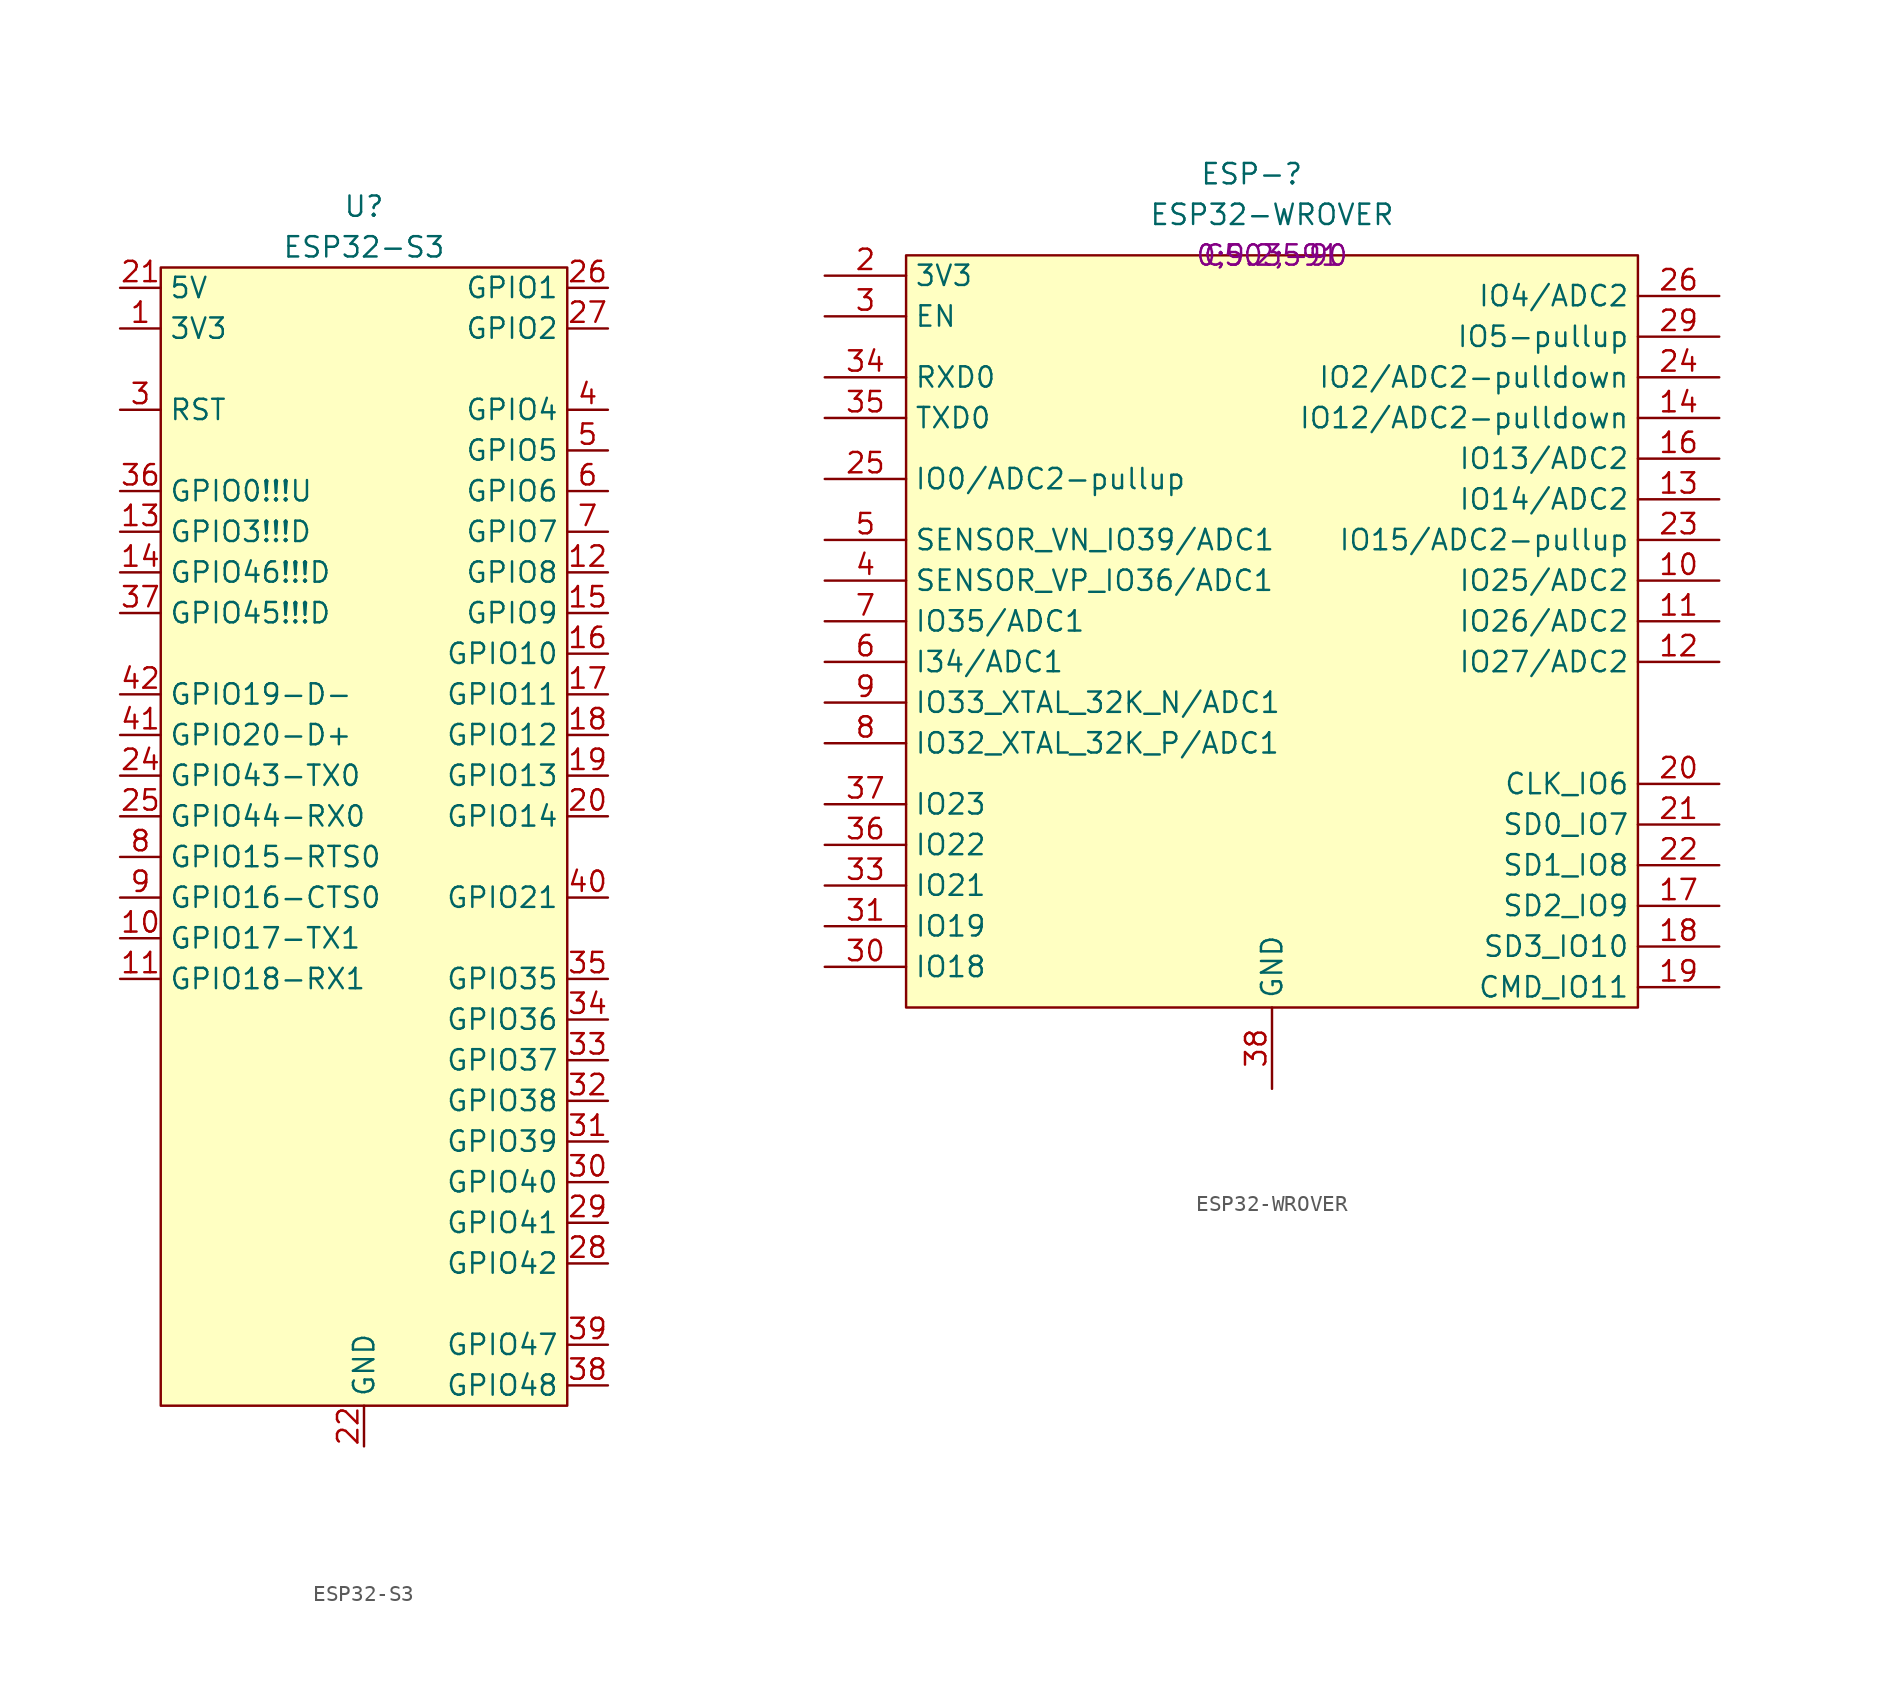
<source format=kicad_sym>
(kicad_symbol_lib
  (version 20220914)
  (generator kicad_symbol_editor)
  (symbol "ESP32-S3"
    (property "Reference" "U"
      (at 0 5.08 0)
      (effects (font (size 1.27 1.27))))
    (property "Value" "ESP32-S3"
      (at 0 2.54 0)
      (effects (font (size 1.27 1.27))))
    (symbol "ESP32-S3_0_1"
      (rectangle (start -12.7 1.27) (end 12.7 -69.85) (stroke (width 0) (type default)) (fill (type background))))
    (symbol "ESP32-S3_1_1"
      (pin power_in line (at -15.24 -2.54 0) (length 2.54) (name "3V3" (effects (font (size 1.27 1.27)))) (number "1" (effects (font (size 1.27 1.27)))))
      (pin bidirectional line (at -15.24 -40.64 0) (length 2.54) (name "GPIO17-TX1" (effects (font (size 1.27 1.27)))) (number "10" (effects (font (size 1.27 1.27)))))
      (pin bidirectional line (at -15.24 -43.18 0) (length 2.54) (name "GPIO18-RX1" (effects (font (size 1.27 1.27)))) (number "11" (effects (font (size 1.27 1.27)))))
      (pin bidirectional line (at 15.24 -17.78 180) (length 2.54) (name "GPIO8" (effects (font (size 1.27 1.27)))) (number "12" (effects (font (size 1.27 1.27)))))
      (pin bidirectional line (at -15.24 -15.24 0) (length 2.54) (name "GPIO3!!!D" (effects (font (size 1.27 1.27)))) (number "13" (effects (font (size 1.27 1.27)))))
      (pin bidirectional line (at -15.24 -17.78 0) (length 2.54) (name "GPIO46!!!D" (effects (font (size 1.27 1.27)))) (number "14" (effects (font (size 1.27 1.27)))))
      (pin bidirectional line (at 15.24 -20.32 180) (length 2.54) (name "GPIO9" (effects (font (size 1.27 1.27)))) (number "15" (effects (font (size 1.27 1.27)))))
      (pin bidirectional line (at 15.24 -22.86 180) (length 2.54) (name "GPIO10" (effects (font (size 1.27 1.27)))) (number "16" (effects (font (size 1.27 1.27)))))
      (pin bidirectional line (at 15.24 -25.4 180) (length 2.54) (name "GPIO11" (effects (font (size 1.27 1.27)))) (number "17" (effects (font (size 1.27 1.27)))))
      (pin bidirectional line (at 15.24 -27.94 180) (length 2.54) (name "GPIO12" (effects (font (size 1.27 1.27)))) (number "18" (effects (font (size 1.27 1.27)))))
      (pin bidirectional line (at 15.24 -30.48 180) (length 2.54) (name "GPIO13" (effects (font (size 1.27 1.27)))) (number "19" (effects (font (size 1.27 1.27)))))
      (pin input line (at -15.24 -2.54 0) (length 2.54) hide (name "3V3" (effects (font (size 1.27 1.27)))) (number "2" (effects (font (size 1.27 1.27)))))
      (pin bidirectional line (at 15.24 -33.02 180) (length 2.54) (name "GPIO14" (effects (font (size 1.27 1.27)))) (number "20" (effects (font (size 1.27 1.27)))))
      (pin power_in line (at -15.24 0 0) (length 2.54) (name "5V" (effects (font (size 1.27 1.27)))) (number "21" (effects (font (size 1.27 1.27)))))
      (pin bidirectional line (at 0 -72.39 90) (length 2.54) (name "GND" (effects (font (size 1.27 1.27)))) (number "22" (effects (font (size 1.27 1.27)))))
      (pin input line (at 0 -72.39 90) (length 2.54) hide (name "GND" (effects (font (size 1.27 1.27)))) (number "23" (effects (font (size 1.27 1.27)))))
      (pin bidirectional line (at -15.24 -30.48 0) (length 2.54) (name "GPIO43-TX0" (effects (font (size 1.27 1.27)))) (number "24" (effects (font (size 1.27 1.27)))))
      (pin bidirectional line (at -15.24 -33.02 0) (length 2.54) (name "GPIO44-RX0" (effects (font (size 1.27 1.27)))) (number "25" (effects (font (size 1.27 1.27)))))
      (pin bidirectional line (at 15.24 0 180) (length 2.54) (name "GPIO1" (effects (font (size 1.27 1.27)))) (number "26" (effects (font (size 1.27 1.27)))))
      (pin bidirectional line (at 15.24 -2.54 180) (length 2.54) (name "GPIO2" (effects (font (size 1.27 1.27)))) (number "27" (effects (font (size 1.27 1.27)))))
      (pin bidirectional line (at 15.24 -60.96 180) (length 2.54) (name "GPIO42" (effects (font (size 1.27 1.27)))) (number "28" (effects (font (size 1.27 1.27)))))
      (pin bidirectional line (at 15.24 -58.42 180) (length 2.54) (name "GPIO41" (effects (font (size 1.27 1.27)))) (number "29" (effects (font (size 1.27 1.27)))))
      (pin input line (at -15.24 -7.62 0) (length 2.54) (name "RST" (effects (font (size 1.27 1.27)))) (number "3" (effects (font (size 1.27 1.27)))))
      (pin bidirectional line (at 15.24 -55.88 180) (length 2.54) (name "GPIO40" (effects (font (size 1.27 1.27)))) (number "30" (effects (font (size 1.27 1.27)))))
      (pin bidirectional line (at 15.24 -53.34 180) (length 2.54) (name "GPIO39" (effects (font (size 1.27 1.27)))) (number "31" (effects (font (size 1.27 1.27)))))
      (pin bidirectional line (at 15.24 -50.8 180) (length 2.54) (name "GPIO38" (effects (font (size 1.27 1.27)))) (number "32" (effects (font (size 1.27 1.27)))))
      (pin bidirectional line (at 15.24 -48.26 180) (length 2.54) (name "GPIO37" (effects (font (size 1.27 1.27)))) (number "33" (effects (font (size 1.27 1.27)))))
      (pin bidirectional line (at 15.24 -45.72 180) (length 2.54) (name "GPIO36" (effects (font (size 1.27 1.27)))) (number "34" (effects (font (size 1.27 1.27)))))
      (pin bidirectional line (at 15.24 -43.18 180) (length 2.54) (name "GPIO35" (effects (font (size 1.27 1.27)))) (number "35" (effects (font (size 1.27 1.27)))))
      (pin bidirectional line (at -15.24 -12.7 0) (length 2.54) (name "GPIO0!!!U" (effects (font (size 1.27 1.27)))) (number "36" (effects (font (size 1.27 1.27)))))
      (pin bidirectional line (at -15.24 -20.32 0) (length 2.54) (name "GPIO45!!!D" (effects (font (size 1.27 1.27)))) (number "37" (effects (font (size 1.27 1.27)))))
      (pin bidirectional line (at 15.24 -68.58 180) (length 2.54) (name "GPIO48" (effects (font (size 1.27 1.27)))) (number "38" (effects (font (size 1.27 1.27)))))
      (pin bidirectional line (at 15.24 -66.04 180) (length 2.54) (name "GPIO47" (effects (font (size 1.27 1.27)))) (number "39" (effects (font (size 1.27 1.27)))))
      (pin bidirectional line (at 15.24 -7.62 180) (length 2.54) (name "GPIO4" (effects (font (size 1.27 1.27)))) (number "4" (effects (font (size 1.27 1.27)))))
      (pin bidirectional line (at 15.24 -38.1 180) (length 2.54) (name "GPIO21" (effects (font (size 1.27 1.27)))) (number "40" (effects (font (size 1.27 1.27)))))
      (pin bidirectional line (at -15.24 -27.94 0) (length 2.54) (name "GPIO20-D+" (effects (font (size 1.27 1.27)))) (number "41" (effects (font (size 1.27 1.27)))))
      (pin bidirectional line (at -15.24 -25.4 0) (length 2.54) (name "GPIO19-D-" (effects (font (size 1.27 1.27)))) (number "42" (effects (font (size 1.27 1.27)))))
      (pin input line (at 0 -72.39 90) (length 2.54) hide (name "GND" (effects (font (size 1.27 1.27)))) (number "43" (effects (font (size 1.27 1.27)))))
      (pin input line (at 0 -72.39 90) (length 2.54) hide (name "GND" (effects (font (size 1.27 1.27)))) (number "44" (effects (font (size 1.27 1.27)))))
      (pin bidirectional line (at 15.24 -10.16 180) (length 2.54) (name "GPIO5" (effects (font (size 1.27 1.27)))) (number "5" (effects (font (size 1.27 1.27)))))
      (pin bidirectional line (at 15.24 -12.7 180) (length 2.54) (name "GPIO6" (effects (font (size 1.27 1.27)))) (number "6" (effects (font (size 1.27 1.27)))))
      (pin bidirectional line (at 15.24 -15.24 180) (length 2.54) (name "GPIO7" (effects (font (size 1.27 1.27)))) (number "7" (effects (font (size 1.27 1.27)))))
      (pin bidirectional line (at -15.24 -35.56 0) (length 2.54) (name "GPIO15-RTS0" (effects (font (size 1.27 1.27)))) (number "8" (effects (font (size 1.27 1.27)))))
      (pin bidirectional line (at -15.24 -38.1 0) (length 2.54) (name "GPIO16-CTS0" (effects (font (size 1.27 1.27)))) (number "9" (effects (font (size 1.27 1.27)))))))
  (symbol "ESP32-WROVER"
    (property "Reference" "ESP-"
      (at -1.27 5.08 0)
      (effects (font (size 1.27 1.27))))
    (property "Value" "ESP32-WROVER"
      (at 0 2.54 0)
      (effects (font (size 1.27 1.27))))
    (property "LCSC" "C503591"
      (at 0 0 0)
      (effects (font (size 1.27 1.27))))
    (property "JLCPCB_CORRECTION" "0;9.2;-90"
      (at 0 0 0)
      (effects (font (size 1.27 1.27))))
    (symbol "ESP32-WROVER_0_1"
      (rectangle (start 22.86 -46.99) (end -22.86 0) (stroke (width 0) (type default)) (fill (type background))))
    (symbol "ESP32-WROVER_1_1"
      (pin power_in line (at 0 -52.07 90) (length 5.08) hide (name "GND" (effects (font (size 1.27 1.27)))) (number "1" (effects (font (size 1.27 1.27)))))
      (pin bidirectional line (at 27.94 -20.32 180) (length 5.08) (name "IO25/ADC2" (effects (font (size 1.27 1.27)))) (number "10" (effects (font (size 1.27 1.27)))))
      (pin bidirectional line (at 27.94 -22.86 180) (length 5.08) (name "IO26/ADC2" (effects (font (size 1.27 1.27)))) (number "11" (effects (font (size 1.27 1.27)))))
      (pin bidirectional line (at 27.94 -25.4 180) (length 5.08) (name "IO27/ADC2" (effects (font (size 1.27 1.27)))) (number "12" (effects (font (size 1.27 1.27)))))
      (pin bidirectional line (at 27.94 -15.24 180) (length 5.08) (name "IO14/ADC2" (effects (font (size 1.27 1.27)))) (number "13" (effects (font (size 1.27 1.27)))))
      (pin bidirectional line (at 27.94 -10.16 180) (length 5.08) (name "IO12/ADC2-pulldown" (effects (font (size 1.27 1.27)))) (number "14" (effects (font (size 1.27 1.27)))))
      (pin power_in line (at 0 -52.07 90) (length 5.08) hide (name "GND" (effects (font (size 1.27 1.27)))) (number "15" (effects (font (size 1.27 1.27)))))
      (pin bidirectional line (at 27.94 -12.7 180) (length 5.08) (name "IO13/ADC2" (effects (font (size 1.27 1.27)))) (number "16" (effects (font (size 1.27 1.27)))))
      (pin bidirectional line (at 27.94 -40.64 180) (length 5.08) (name "SD2_IO9" (effects (font (size 1.27 1.27)))) (number "17" (effects (font (size 1.27 1.27)))))
      (pin bidirectional line (at 27.94 -43.18 180) (length 5.08) (name "SD3_IO10" (effects (font (size 1.27 1.27)))) (number "18" (effects (font (size 1.27 1.27)))))
      (pin bidirectional line (at 27.94 -45.72 180) (length 5.08) (name "CMD_IO11" (effects (font (size 1.27 1.27)))) (number "19" (effects (font (size 1.27 1.27)))))
      (pin power_in line (at -27.94 -1.27 0) (length 5.08) (name "3V3" (effects (font (size 1.27 1.27)))) (number "2" (effects (font (size 1.27 1.27)))))
      (pin bidirectional line (at 27.94 -33.02 180) (length 5.08) (name "CLK_IO6" (effects (font (size 1.27 1.27)))) (number "20" (effects (font (size 1.27 1.27)))))
      (pin bidirectional line (at 27.94 -35.56 180) (length 5.08) (name "SD0_IO7" (effects (font (size 1.27 1.27)))) (number "21" (effects (font (size 1.27 1.27)))))
      (pin bidirectional line (at 27.94 -38.1 180) (length 5.08) (name "SD1_IO8" (effects (font (size 1.27 1.27)))) (number "22" (effects (font (size 1.27 1.27)))))
      (pin bidirectional line (at 27.94 -17.78 180) (length 5.08) (name "IO15/ADC2-pullup" (effects (font (size 1.27 1.27)))) (number "23" (effects (font (size 1.27 1.27)))))
      (pin bidirectional line (at 27.94 -7.62 180) (length 5.08) (name "IO2/ADC2-pulldown" (effects (font (size 1.27 1.27)))) (number "24" (effects (font (size 1.27 1.27)))))
      (pin bidirectional line (at -27.94 -13.97 0) (length 5.08) (name "IO0/ADC2-pullup" (effects (font (size 1.27 1.27)))) (number "25" (effects (font (size 1.27 1.27)))))
      (pin bidirectional line (at 27.94 -2.54 180) (length 5.08) (name "IO4/ADC2" (effects (font (size 1.27 1.27)))) (number "26" (effects (font (size 1.27 1.27)))))
      (pin bidirectional line (at 27.94 -5.08 180) (length 5.08) (name "IO5-pullup" (effects (font (size 1.27 1.27)))) (number "29" (effects (font (size 1.27 1.27)))))
      (pin input line (at -27.94 -3.81 0) (length 5.08) (name "EN" (effects (font (size 1.27 1.27)))) (number "3" (effects (font (size 1.27 1.27)))))
      (pin bidirectional line (at -27.94 -44.45 0) (length 5.08) (name "IO18" (effects (font (size 1.27 1.27)))) (number "30" (effects (font (size 1.27 1.27)))))
      (pin bidirectional line (at -27.94 -41.91 0) (length 5.08) (name "IO19" (effects (font (size 1.27 1.27)))) (number "31" (effects (font (size 1.27 1.27)))))
      (pin bidirectional line (at -27.94 -39.37 0) (length 5.08) (name "IO21" (effects (font (size 1.27 1.27)))) (number "33" (effects (font (size 1.27 1.27)))))
      (pin input line (at -27.94 -7.62 0) (length 5.08) (name "RXD0" (effects (font (size 1.27 1.27)))) (number "34" (effects (font (size 1.27 1.27)))))
      (pin output line (at -27.94 -10.16 0) (length 5.08) (name "TXD0" (effects (font (size 1.27 1.27)))) (number "35" (effects (font (size 1.27 1.27)))))
      (pin bidirectional line (at -27.94 -36.83 0) (length 5.08) (name "IO22" (effects (font (size 1.27 1.27)))) (number "36" (effects (font (size 1.27 1.27)))))
      (pin bidirectional line (at -27.94 -34.29 0) (length 5.08) (name "IO23" (effects (font (size 1.27 1.27)))) (number "37" (effects (font (size 1.27 1.27)))))
      (pin power_in line (at 0 -52.07 90) (length 5.08) (name "GND" (effects (font (size 1.27 1.27)))) (number "38" (effects (font (size 1.27 1.27)))))
      (pin power_in line (at 0 -52.07 90) (length 5.08) hide (name "GND" (effects (font (size 1.27 1.27)))) (number "39" (effects (font (size 1.27 1.27)))))
      (pin input line (at -27.94 -20.32 0) (length 5.08) (name "SENSOR_VP_IO36/ADC1" (effects (font (size 1.27 1.27)))) (number "4" (effects (font (size 1.27 1.27)))))
      (pin input line (at -27.94 -17.78 0) (length 5.08) (name "SENSOR_VN_IO39/ADC1" (effects (font (size 1.27 1.27)))) (number "5" (effects (font (size 1.27 1.27)))))
      (pin input line (at -27.94 -25.4 0) (length 5.08) (name "I34/ADC1" (effects (font (size 1.27 1.27)))) (number "6" (effects (font (size 1.27 1.27)))))
      (pin input line (at -27.94 -22.86 0) (length 5.08) (name "IO35/ADC1" (effects (font (size 1.27 1.27)))) (number "7" (effects (font (size 1.27 1.27)))))
      (pin bidirectional line (at -27.94 -30.48 0) (length 5.08) (name "IO32_XTAL_32K_P/ADC1" (effects (font (size 1.27 1.27)))) (number "8" (effects (font (size 1.27 1.27)))))
      (pin bidirectional line (at -27.94 -27.94 0) (length 5.08) (name "IO33_XTAL_32K_N/ADC1" (effects (font (size 1.27 1.27)))) (number "9" (effects (font (size 1.27 1.27))))))))
</source>
